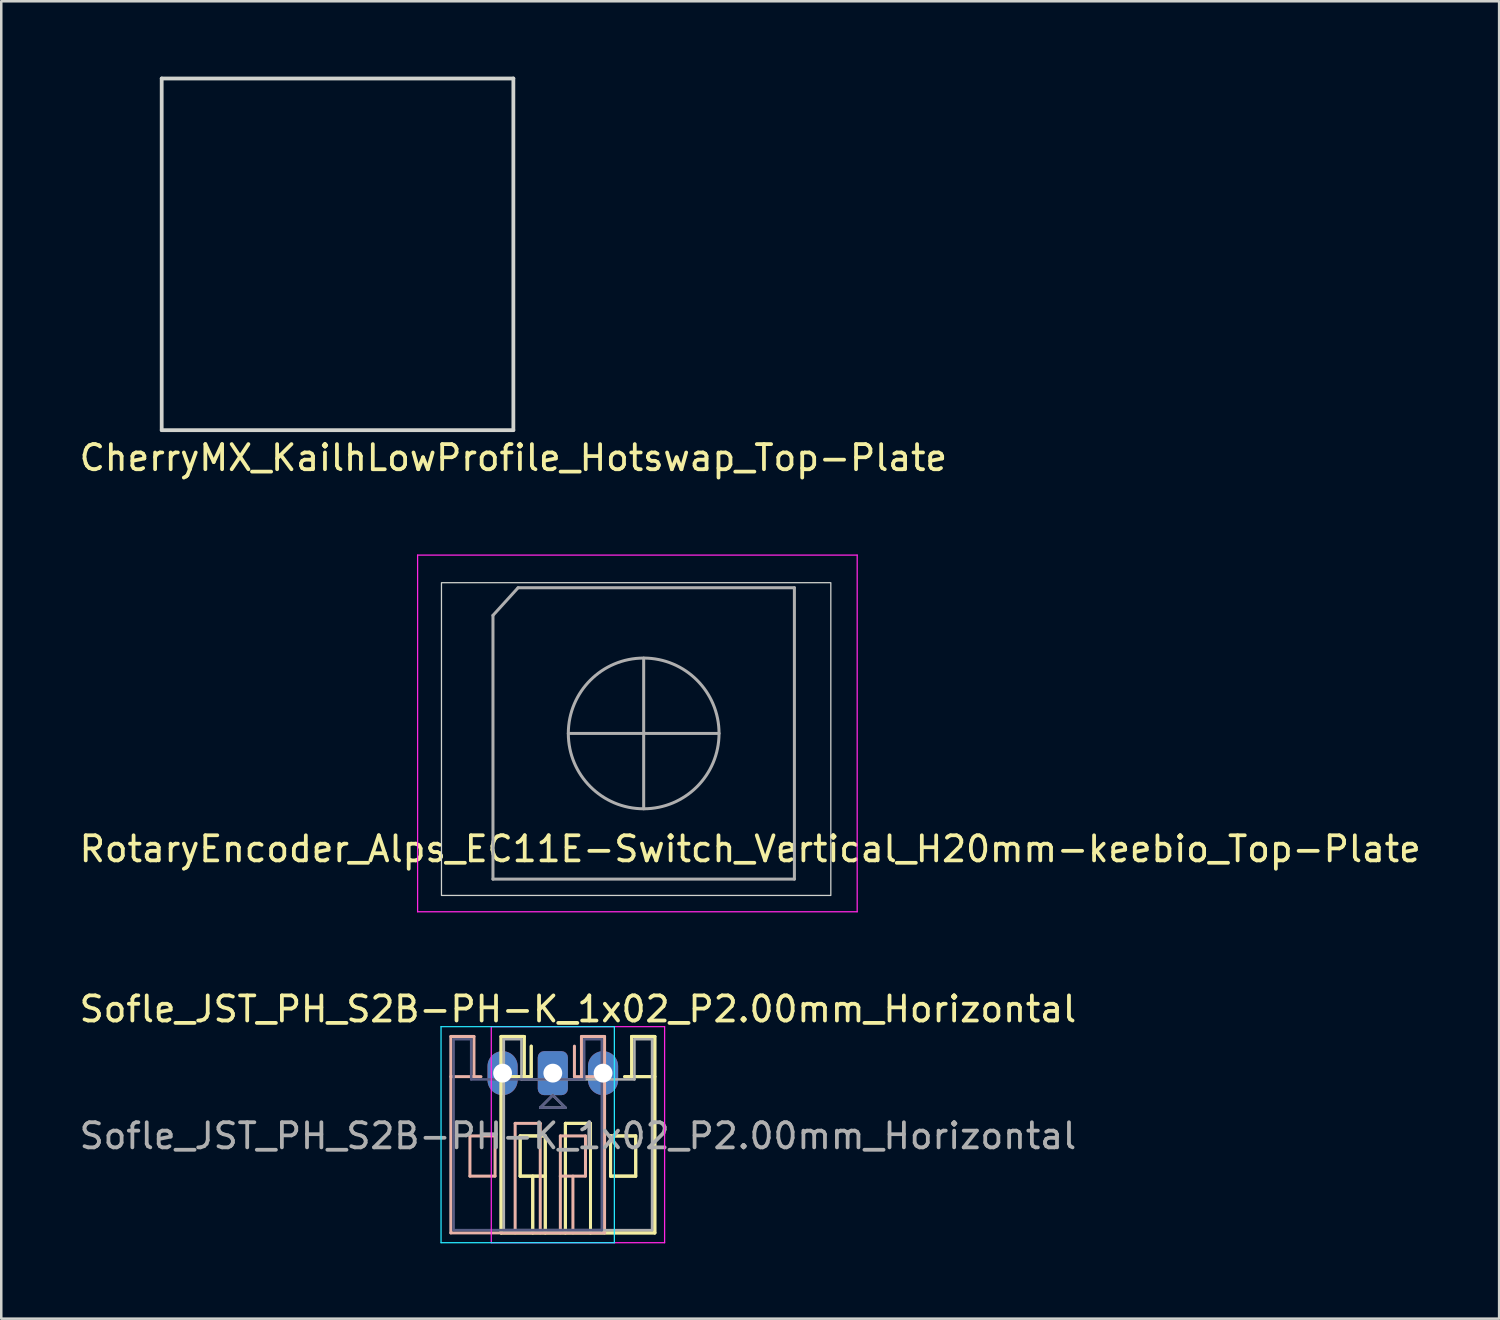
<source format=kicad_pcb>
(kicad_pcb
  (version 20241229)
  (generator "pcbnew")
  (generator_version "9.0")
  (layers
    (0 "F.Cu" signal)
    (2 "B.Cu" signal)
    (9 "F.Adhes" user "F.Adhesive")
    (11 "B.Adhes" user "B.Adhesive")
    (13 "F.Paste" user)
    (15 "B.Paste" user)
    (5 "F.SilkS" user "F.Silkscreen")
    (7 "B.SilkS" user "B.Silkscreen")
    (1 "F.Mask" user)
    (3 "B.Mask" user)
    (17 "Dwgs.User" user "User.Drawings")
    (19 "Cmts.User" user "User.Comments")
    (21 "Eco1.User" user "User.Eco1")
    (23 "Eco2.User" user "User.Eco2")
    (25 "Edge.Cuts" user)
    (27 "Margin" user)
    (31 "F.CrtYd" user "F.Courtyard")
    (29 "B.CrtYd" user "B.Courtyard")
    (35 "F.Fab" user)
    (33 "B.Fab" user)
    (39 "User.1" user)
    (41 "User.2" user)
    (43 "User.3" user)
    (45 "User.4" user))
  (footprint "CherryMX_KailhLowProfile_Hotswap_Top-Plate"
    (layer "F.Cu")
    (at 10.387 7.075)
    (property "Reference" "CherryMX_KailhLowProfile_Hotswap_Top-Plate" (at 7 8.1 0) (layer "F.SilkS") (effects (font (size 1 1) (thickness 0.15))))
    (attr through_hole)
    (fp_line (start -7 -7) (end 7 -7) (stroke (width 0.15) (type solid)) (layer "Edge.Cuts"))
    (fp_line (start -7 7) (end -7 -7) (stroke (width 0.15) (type solid)) (layer "Edge.Cuts"))
    (fp_line (start 7 -7) (end 7 7) (stroke (width 0.15) (type solid)) (layer "Edge.Cuts"))
    (fp_line (start 7 7) (end -7 7) (stroke (width 0.15) (type solid)) (layer "Edge.Cuts")))
  (footprint "RotaryEncoder_Alps_EC11E-Switch_Vertical_H20mm-keebio_Top-Plate"
    (layer "F.Cu")
    (at 22.575 26.148)
    (property "Reference" "RotaryEncoder_Alps_EC11E-Switch_Vertical_H20mm-keebio_Top-Plate" (at 4.24 4.6 0) (layer "F.SilkS") (effects (font (size 1 1) (thickness 0.15))))
    (attr through_hole)
    (fp_rect (start -8.05 -6) (end 7.45 6.45) (stroke (width 0.05) (type default)) (fill no) (layer "Edge.Cuts"))
    (fp_line (start -9 -7.1) (end -9 7.1) (stroke (width 0.05) (type solid)) (layer "F.CrtYd"))
    (fp_line (start -9 -7.1) (end 8.5 -7.1) (stroke (width 0.05) (type solid)) (layer "F.CrtYd"))
    (fp_line (start 8.5 7.1) (end -9 7.1) (stroke (width 0.05) (type solid)) (layer "F.CrtYd"))
    (fp_line (start 8.5 7.1) (end 8.5 -7.1) (stroke (width 0.05) (type solid)) (layer "F.CrtYd"))
    (fp_line (start -6 -4.7) (end -5 -5.8) (stroke (width 0.12) (type solid)) (layer "F.Fab"))
    (fp_line (start -6 5.8) (end -6 -4.7) (stroke (width 0.12) (type solid)) (layer "F.Fab"))
    (fp_line (start -5 -5.8) (end 6 -5.8) (stroke (width 0.12) (type solid)) (layer "F.Fab"))
    (fp_line (start -3 0) (end 3 0) (stroke (width 0.12) (type solid)) (layer "F.Fab"))
    (fp_line (start 0 -3) (end 0 3) (stroke (width 0.12) (type solid)) (layer "F.Fab"))
    (fp_line (start 6 -5.8) (end 6 5.8) (stroke (width 0.12) (type solid)) (layer "F.Fab"))
    (fp_line (start 6 5.8) (end -6 5.8) (stroke (width 0.12) (type solid)) (layer "F.Fab"))
    (fp_circle (center 0 0) (end 3 0) (stroke (width 0.12) (type solid)) (fill no) (layer "F.Fab")))
  (footprint "Sofle_JST_PH_S2B-PH-K_1x02_P2.00mm_Horizontal"
    (layer "F.Cu")
    (at 18.958 39.672)
    (property "Reference" "Sofle_JST_PH_S2B-PH-K_1x02_P2.00mm_Horizontal" (at 1 -2.55 0) (layer "F.SilkS") (effects (font (size 1 1) (thickness 0.15))))
    (attr through_hole)
    (fp_line (start -2.06 -1.46) (end -2.06 6.36) (stroke (width 0.12) (type solid)) (layer "F.SilkS"))
    (fp_line (start -2.06 -1.46) (end -2.06 6.36) (stroke (width 0.12) (type solid)) (layer "F.SilkS"))
    (fp_line (start -2.06 0.14) (end -1.14 0.14) (stroke (width 0.12) (type solid)) (layer "F.SilkS"))
    (fp_line (start -2.06 0.14) (end -1.14 0.14) (stroke (width 0.12) (type solid)) (layer "F.SilkS"))
    (fp_line (start -2.06 6.36) (end 4.06 6.36) (stroke (width 0.12) (type solid)) (layer "F.SilkS"))
    (fp_line (start -2.06 6.36) (end 4.06 6.36) (stroke (width 0.12) (type solid)) (layer "F.SilkS"))
    (fp_line (start -1.3 2.5) (end -1.3 4.1) (stroke (width 0.12) (type solid)) (layer "F.SilkS"))
    (fp_line (start -1.3 2.5) (end -1.3 4.1) (stroke (width 0.12) (type solid)) (layer "F.SilkS"))
    (fp_line (start -1.3 4.1) (end -0.3 4.1) (stroke (width 0.12) (type solid)) (layer "F.SilkS"))
    (fp_line (start -1.3 4.1) (end -0.3 4.1) (stroke (width 0.12) (type solid)) (layer "F.SilkS"))
    (fp_line (start -1.14 -1.46) (end -2.06 -1.46) (stroke (width 0.12) (type solid)) (layer "F.SilkS"))
    (fp_line (start -1.14 -1.46) (end -2.06 -1.46) (stroke (width 0.12) (type solid)) (layer "F.SilkS"))
    (fp_line (start -1.14 0.14) (end -1.14 -1.46) (stroke (width 0.12) (type solid)) (layer "F.SilkS"))
    (fp_line (start -1.14 0.14) (end -1.14 -1.46) (stroke (width 0.12) (type solid)) (layer "F.SilkS"))
    (fp_line (start -0.86 0.14) (end -1.14 0.14) (stroke (width 0.12) (type solid)) (layer "F.SilkS"))
    (fp_line (start -0.86 0.14) (end -1.14 0.14) (stroke (width 0.12) (type solid)) (layer "F.SilkS"))
    (fp_line (start -0.86 0.14) (end -0.86 -1.075) (stroke (width 0.12) (type solid)) (layer "F.SilkS"))
    (fp_line (start -0.86 0.14) (end -0.86 -1.075) (stroke (width 0.12) (type solid)) (layer "F.SilkS"))
    (fp_line (start -0.8 4.1) (end -0.8 6.36) (stroke (width 0.12) (type solid)) (layer "F.SilkS"))
    (fp_line (start -0.8 4.1) (end -0.8 6.36) (stroke (width 0.12) (type solid)) (layer "F.SilkS"))
    (fp_line (start -0.3 2.5) (end -1.3 2.5) (stroke (width 0.12) (type solid)) (layer "F.SilkS"))
    (fp_line (start -0.3 2.5) (end -1.3 2.5) (stroke (width 0.12) (type solid)) (layer "F.SilkS"))
    (fp_line (start -0.3 4.1) (end -0.3 2.5) (stroke (width 0.12) (type solid)) (layer "F.SilkS"))
    (fp_line (start -0.3 4.1) (end -0.3 2.5) (stroke (width 0.12) (type solid)) (layer "F.SilkS"))
    (fp_line (start -0.3 4.1) (end -0.3 6.36) (stroke (width 0.12) (type solid)) (layer "F.SilkS"))
    (fp_line (start -0.3 4.1) (end -0.3 6.36) (stroke (width 0.12) (type solid)) (layer "F.SilkS"))
    (fp_line (start 0.5 2) (end 1.5 2) (stroke (width 0.12) (type solid)) (layer "F.SilkS"))
    (fp_line (start 0.5 2) (end 1.5 2) (stroke (width 0.12) (type solid)) (layer "F.SilkS"))
    (fp_line (start 0.5 6.36) (end 0.5 2) (stroke (width 0.12) (type solid)) (layer "F.SilkS"))
    (fp_line (start 0.5 6.36) (end 0.5 2) (stroke (width 0.12) (type solid)) (layer "F.SilkS"))
    (fp_line (start 1.5 2) (end 1.5 6.36) (stroke (width 0.12) (type solid)) (layer "F.SilkS"))
    (fp_line (start 1.5 2) (end 1.5 6.36) (stroke (width 0.12) (type solid)) (layer "F.SilkS"))
    (fp_line (start 2.3 2.5) (end 3.3 2.5) (stroke (width 0.12) (type solid)) (layer "F.SilkS"))
    (fp_line (start 2.3 2.5) (end 3.3 2.5) (stroke (width 0.12) (type solid)) (layer "F.SilkS"))
    (fp_line (start 2.3 4.1) (end 2.3 2.5) (stroke (width 0.12) (type solid)) (layer "F.SilkS"))
    (fp_line (start 2.3 4.1) (end 2.3 2.5) (stroke (width 0.12) (type solid)) (layer "F.SilkS"))
    (fp_line (start 3.14 -1.46) (end 3.14 0.14) (stroke (width 0.12) (type solid)) (layer "F.SilkS"))
    (fp_line (start 3.14 -1.46) (end 3.14 0.14) (stroke (width 0.12) (type solid)) (layer "F.SilkS"))
    (fp_line (start 3.14 0.14) (end 2.86 0.14) (stroke (width 0.12) (type solid)) (layer "F.SilkS"))
    (fp_line (start 3.14 0.14) (end 2.86 0.14) (stroke (width 0.12) (type solid)) (layer "F.SilkS"))
    (fp_line (start 3.3 2.5) (end 3.3 4.1) (stroke (width 0.12) (type solid)) (layer "F.SilkS"))
    (fp_line (start 3.3 2.5) (end 3.3 4.1) (stroke (width 0.12) (type solid)) (layer "F.SilkS"))
    (fp_line (start 3.3 4.1) (end 2.3 4.1) (stroke (width 0.12) (type solid)) (layer "F.SilkS"))
    (fp_line (start 3.3 4.1) (end 2.3 4.1) (stroke (width 0.12) (type solid)) (layer "F.SilkS"))
    (fp_line (start 4.06 -1.46) (end 3.14 -1.46) (stroke (width 0.12) (type solid)) (layer "F.SilkS"))
    (fp_line (start 4.06 -1.46) (end 3.14 -1.46) (stroke (width 0.12) (type solid)) (layer "F.SilkS"))
    (fp_line (start 4.06 0.14) (end 3.14 0.14) (stroke (width 0.12) (type solid)) (layer "F.SilkS"))
    (fp_line (start 4.06 0.14) (end 3.14 0.14) (stroke (width 0.12) (type solid)) (layer "F.SilkS"))
    (fp_line (start 4.06 6.36) (end 4.06 -1.46) (stroke (width 0.12) (type solid)) (layer "F.SilkS"))
    (fp_line (start 4.06 6.36) (end 4.06 -1.46) (stroke (width 0.12) (type solid)) (layer "F.SilkS"))
    (fp_line (start -4.06 -1.46) (end -3.14 -1.46) (stroke (width 0.12) (type solid)) (layer "B.SilkS"))
    (fp_line (start -4.06 0.14) (end -3.14 0.14) (stroke (width 0.12) (type solid)) (layer "B.SilkS"))
    (fp_line (start -4.06 6.36) (end -4.06 -1.46) (stroke (width 0.12) (type solid)) (layer "B.SilkS"))
    (fp_line (start -3.3 2.5) (end -3.3 4.1) (stroke (width 0.12) (type solid)) (layer "B.SilkS"))
    (fp_line (start -3.3 4.1) (end -2.3 4.1) (stroke (width 0.12) (type solid)) (layer "B.SilkS"))
    (fp_line (start -3.14 -1.46) (end -3.14 0.14) (stroke (width 0.12) (type solid)) (layer "B.SilkS"))
    (fp_line (start -3.14 0.14) (end -2.86 0.14) (stroke (width 0.12) (type solid)) (layer "B.SilkS"))
    (fp_line (start -2.3 2.5) (end -3.3 2.5) (stroke (width 0.12) (type solid)) (layer "B.SilkS"))
    (fp_line (start -2.3 4.1) (end -2.3 2.5) (stroke (width 0.12) (type solid)) (layer "B.SilkS"))
    (fp_line (start -1.5 2) (end -1.5 6.36) (stroke (width 0.12) (type solid)) (layer "B.SilkS"))
    (fp_line (start -0.5 2) (end -1.5 2) (stroke (width 0.12) (type solid)) (layer "B.SilkS"))
    (fp_line (start -0.5 6.36) (end -0.5 2) (stroke (width 0.12) (type solid)) (layer "B.SilkS"))
    (fp_line (start 0.3 2.5) (end 1.3 2.5) (stroke (width 0.12) (type solid)) (layer "B.SilkS"))
    (fp_line (start 0.3 4.1) (end 0.3 2.5) (stroke (width 0.12) (type solid)) (layer "B.SilkS"))
    (fp_line (start 0.3 4.1) (end 0.3 6.36) (stroke (width 0.12) (type solid)) (layer "B.SilkS"))
    (fp_line (start 0.8 4.1) (end 0.8 6.36) (stroke (width 0.12) (type solid)) (layer "B.SilkS"))
    (fp_line (start 0.86 0.14) (end 0.86 -1.075) (stroke (width 0.12) (type solid)) (layer "B.SilkS"))
    (fp_line (start 0.86 0.14) (end 1.14 0.14) (stroke (width 0.12) (type solid)) (layer "B.SilkS"))
    (fp_line (start 1.14 -1.46) (end 2.06 -1.46) (stroke (width 0.12) (type solid)) (layer "B.SilkS"))
    (fp_line (start 1.14 0.14) (end 1.14 -1.46) (stroke (width 0.12) (type solid)) (layer "B.SilkS"))
    (fp_line (start 1.3 2.5) (end 1.3 4.1) (stroke (width 0.12) (type solid)) (layer "B.SilkS"))
    (fp_line (start 1.3 4.1) (end 0.3 4.1) (stroke (width 0.12) (type solid)) (layer "B.SilkS"))
    (fp_line (start 2.06 -1.46) (end 2.06 6.36) (stroke (width 0.12) (type solid)) (layer "B.SilkS"))
    (fp_line (start 2.06 0.14) (end 1.14 0.14) (stroke (width 0.12) (type solid)) (layer "B.SilkS"))
    (fp_line (start 2.06 6.36) (end -4.06 6.36) (stroke (width 0.12) (type solid)) (layer "B.SilkS"))
    (fp_line (start -4.45 -1.85) (end 2.45 -1.85) (stroke (width 0.05) (type solid)) (layer "B.CrtYd"))
    (fp_line (start -4.45 6.75) (end -4.45 -1.85) (stroke (width 0.05) (type solid)) (layer "B.CrtYd"))
    (fp_line (start 2.45 -1.85) (end 2.45 6.75) (stroke (width 0.05) (type solid)) (layer "B.CrtYd"))
    (fp_line (start 2.45 6.75) (end -4.45 6.75) (stroke (width 0.05) (type solid)) (layer "B.CrtYd"))
    (fp_line (start -2.45 -1.85) (end -2.45 6.75) (stroke (width 0.05) (type solid)) (layer "F.CrtYd"))
    (fp_line (start -2.45 6.75) (end 4.45 6.75) (stroke (width 0.05) (type solid)) (layer "F.CrtYd"))
    (fp_line (start 4.45 -1.85) (end -2.45 -1.85) (stroke (width 0.05) (type solid)) (layer "F.CrtYd"))
    (fp_line (start 4.45 6.75) (end 4.45 -1.85) (stroke (width 0.05) (type solid)) (layer "F.CrtYd"))
    (fp_line (start -3.95 -1.35) (end -3.25 -1.35) (stroke (width 0.1) (type solid)) (layer "B.Fab"))
    (fp_line (start -3.95 6.25) (end -3.95 -1.35) (stroke (width 0.1) (type solid)) (layer "B.Fab"))
    (fp_line (start -3.25 -1.35) (end -3.25 0.25) (stroke (width 0.1) (type solid)) (layer "B.Fab"))
    (fp_line (start -3.25 0.25) (end 1.25 0.25) (stroke (width 0.1) (type solid)) (layer "B.Fab"))
    (fp_line (start -0.5 1.375) (end 0 0.875) (stroke (width 0.1) (type solid)) (layer "B.Fab"))
    (fp_line (start 0 0.875) (end 0.5 1.375) (stroke (width 0.1) (type solid)) (layer "B.Fab"))
    (fp_line (start 0.5 1.375) (end -0.5 1.375) (stroke (width 0.1) (type solid)) (layer "B.Fab"))
    (fp_line (start 1.25 -1.35) (end 1.95 -1.35) (stroke (width 0.1) (type solid)) (layer "B.Fab"))
    (fp_line (start 1.25 0.25) (end 1.25 -1.35) (stroke (width 0.1) (type solid)) (layer "B.Fab"))
    (fp_line (start 1.95 -1.35) (end 1.95 6.25) (stroke (width 0.1) (type solid)) (layer "B.Fab"))
    (fp_line (start 1.95 6.25) (end -3.95 6.25) (stroke (width 0.1) (type solid)) (layer "B.Fab"))
    (fp_line (start -1.95 -1.35) (end -1.95 6.25) (stroke (width 0.1) (type solid)) (layer "F.Fab"))
    (fp_line (start -1.95 6.25) (end 3.95 6.25) (stroke (width 0.1) (type solid)) (layer "F.Fab"))
    (fp_line (start -1.25 -1.35) (end -1.95 -1.35) (stroke (width 0.1) (type solid)) (layer "F.Fab"))
    (fp_line (start -1.25 0.25) (end -1.25 -1.35) (stroke (width 0.1) (type solid)) (layer "F.Fab"))
    (fp_line (start -0.5 1.375) (end 0.5 1.375) (stroke (width 0.1) (type solid)) (layer "F.Fab"))
    (fp_line (start 0 0.875) (end -0.5 1.375) (stroke (width 0.1) (type solid)) (layer "F.Fab"))
    (fp_line (start 0.5 1.375) (end 0 0.875) (stroke (width 0.1) (type solid)) (layer "F.Fab"))
    (fp_line (start 3.25 -1.35) (end 3.25 0.25) (stroke (width 0.1) (type solid)) (layer "F.Fab"))
    (fp_line (start 3.25 0.25) (end -1.25 0.25) (stroke (width 0.1) (type solid)) (layer "F.Fab"))
    (fp_line (start 3.95 -1.35) (end 3.25 -1.35) (stroke (width 0.1) (type solid)) (layer "F.Fab"))
    (fp_line (start 3.95 6.25) (end 3.95 -1.35) (stroke (width 0.1) (type solid)) (layer "F.Fab"))
    (fp_text user "${REFERENCE}" (at 1 2.5 0) (layer "F.Fab") (effects (font (size 1 1) (thickness 0.15))))
    (pad "1" thru_hole roundrect (at 0 0) (size 1.2 1.75) (drill 0.75) (layers "*.Cu" "*.Mask") (roundrect_rratio 0.208))
    (pad "2" thru_hole oval (at -2 0) (size 1.2 1.75) (drill 0.75) (layers "*.Cu" "*.Mask"))
    (pad "2" thru_hole oval (at 2 0) (size 1.2 1.75) (drill 0.75) (layers "*.Cu" "*.Mask")))
  (gr_rect
    (start -3 -3)
    (end 56.631 49.447)
    (stroke (width 0.1) (type default))
    (fill no)
    (layer "Edge.Cuts")))
</source>
